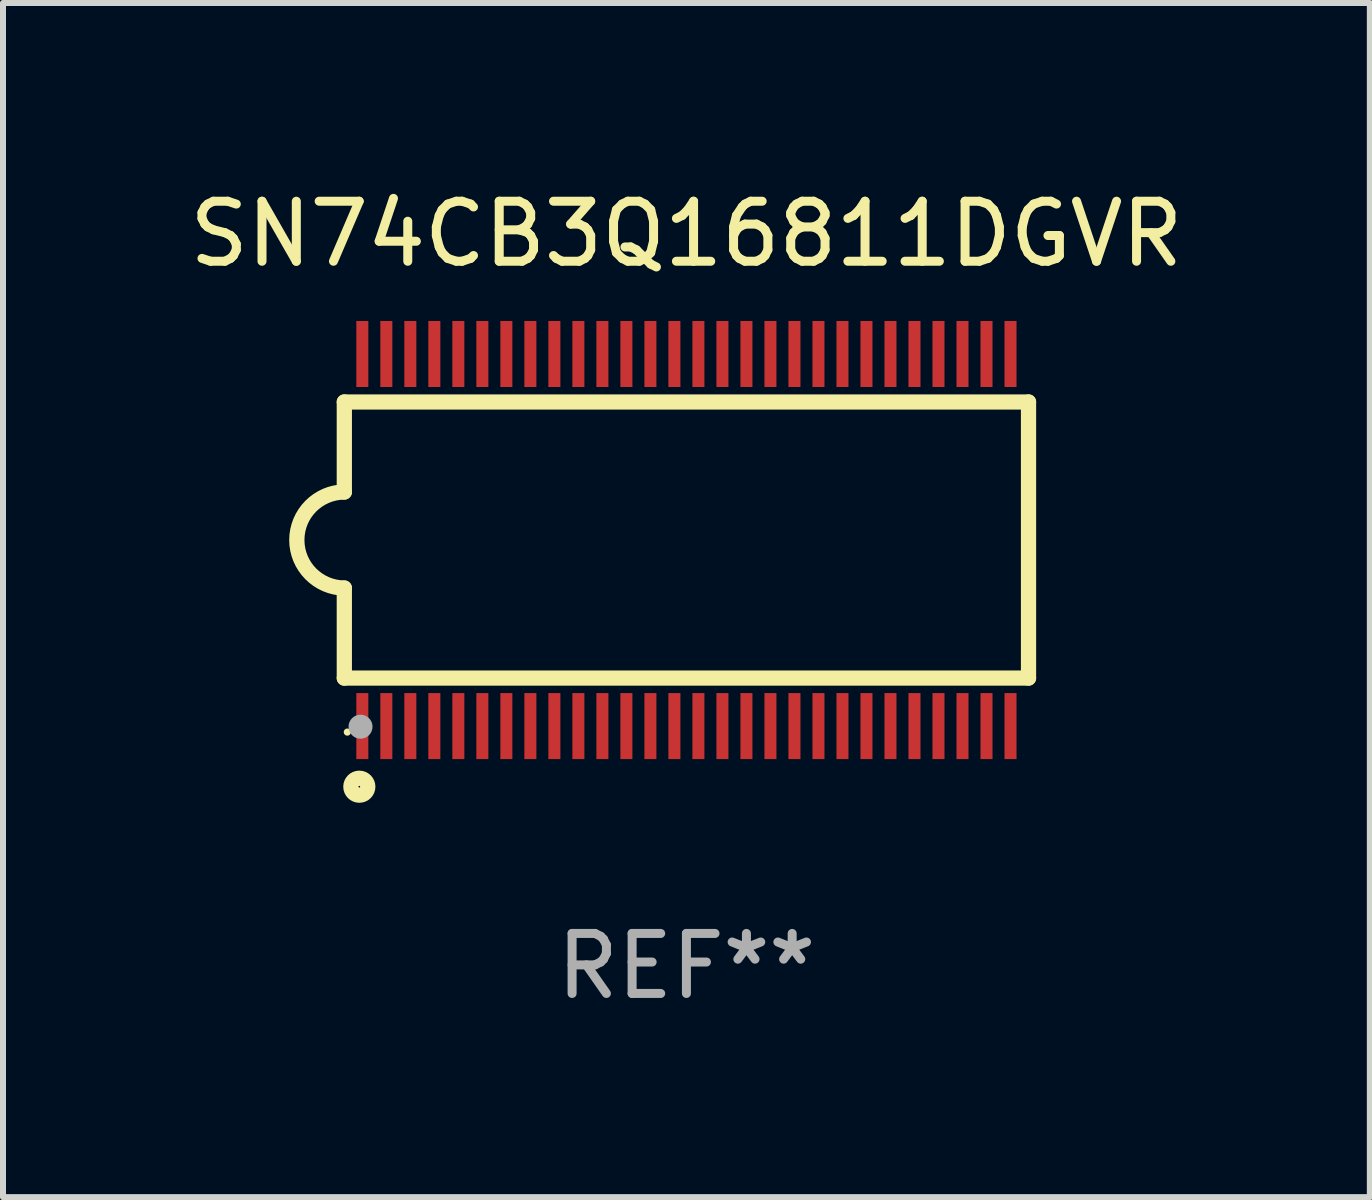
<source format=kicad_pcb>
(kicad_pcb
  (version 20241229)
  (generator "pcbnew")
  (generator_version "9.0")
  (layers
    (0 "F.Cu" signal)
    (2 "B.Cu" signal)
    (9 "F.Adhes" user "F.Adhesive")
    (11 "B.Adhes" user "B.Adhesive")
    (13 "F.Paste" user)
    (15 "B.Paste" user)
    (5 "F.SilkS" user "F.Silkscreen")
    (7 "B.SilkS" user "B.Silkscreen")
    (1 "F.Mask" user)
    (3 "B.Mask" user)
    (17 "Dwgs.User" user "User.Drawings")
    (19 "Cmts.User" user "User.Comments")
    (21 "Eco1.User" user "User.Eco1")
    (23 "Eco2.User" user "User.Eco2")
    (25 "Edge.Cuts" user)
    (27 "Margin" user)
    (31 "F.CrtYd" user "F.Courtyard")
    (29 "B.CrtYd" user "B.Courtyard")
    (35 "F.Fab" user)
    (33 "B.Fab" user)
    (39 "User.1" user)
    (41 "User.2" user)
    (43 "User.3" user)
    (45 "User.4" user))
  (footprint "SN74CB3Q16811DGVR"
    (layer "F.Cu")
    (at 8.387 5.948)
    (property "Reference" "SN74CB3Q16811DGVR" (at 0 -5.1 0) (layer "F.SilkS") (effects (font (size 1 1) (thickness 0.15))))
    (attr through_hole)
    (fp_line (start -5.7 -2.3) (end -5.7 -0.8) (stroke (width 0.254) (type solid)) (layer "F.SilkS"))
    (fp_line (start -5.7 -2.3) (end 5.7 -2.3) (stroke (width 0.254) (type solid)) (layer "F.SilkS"))
    (fp_line (start -5.7 2.3) (end -5.7 0.8) (stroke (width 0.254) (type solid)) (layer "F.SilkS"))
    (fp_line (start -5.7 2.3) (end 5.7 2.3) (stroke (width 0.254) (type solid)) (layer "F.SilkS"))
    (fp_line (start 5.7 -2.3) (end 5.7 2.3) (stroke (width 0.254) (type solid)) (layer "F.SilkS"))
    (fp_arc (start -5.700013 0.800025) (mid -6.500343 -0.000382) (end -5.699962 -0.800737) (stroke (width 0.254001) (type solid)) (layer "F.SilkS"))
    (fp_circle (center -5.65 3.2) (end -5.62 3.2) (stroke (width 0.06) (type solid)) (fill no) (layer "F.SilkS"))
    (fp_circle (center -5.45 4.11) (end -5.309 4.11) (stroke (width 0.254) (type solid)) (fill no) (layer "F.SilkS"))
    (fp_circle (center -5.43 3.11) (end -5.33 3.11) (stroke (width 0.2) (type solid)) (fill no) (layer "F.Fab"))
    (fp_text user "REF**" (at 0 7.1 0) (layer "F.Fab") (effects (font (size 1 1) (thickness 0.15))))
    (pad "1" smd rect (at -5.4 3.1) (size 0.2 1.1) (layers "F.Cu" "F.Mask" "F.Paste"))
    (pad "2" smd rect (at -5 3.1) (size 0.2 1.1) (layers "F.Cu" "F.Mask" "F.Paste"))
    (pad "3" smd rect (at -4.6 3.1) (size 0.2 1.1) (layers "F.Cu" "F.Mask" "F.Paste"))
    (pad "4" smd rect (at -4.2 3.1) (size 0.2 1.1) (layers "F.Cu" "F.Mask" "F.Paste"))
    (pad "5" smd rect (at -3.8 3.1) (size 0.2 1.1) (layers "F.Cu" "F.Mask" "F.Paste"))
    (pad "6" smd rect (at -3.4 3.1) (size 0.2 1.1) (layers "F.Cu" "F.Mask" "F.Paste"))
    (pad "7" smd rect (at -3 3.1) (size 0.2 1.1) (layers "F.Cu" "F.Mask" "F.Paste"))
    (pad "8" smd rect (at -2.6 3.1) (size 0.2 1.1) (layers "F.Cu" "F.Mask" "F.Paste"))
    (pad "9" smd rect (at -2.2 3.1) (size 0.2 1.1) (layers "F.Cu" "F.Mask" "F.Paste"))
    (pad "10" smd rect (at -1.8 3.1) (size 0.2 1.1) (layers "F.Cu" "F.Mask" "F.Paste"))
    (pad "11" smd rect (at -1.4 3.1) (size 0.2 1.1) (layers "F.Cu" "F.Mask" "F.Paste"))
    (pad "12" smd rect (at -1 3.1) (size 0.2 1.1) (layers "F.Cu" "F.Mask" "F.Paste"))
    (pad "13" smd rect (at -0.6 3.1) (size 0.2 1.1) (layers "F.Cu" "F.Mask" "F.Paste"))
    (pad "14" smd rect (at -0.2 3.1) (size 0.2 1.1) (layers "F.Cu" "F.Mask" "F.Paste"))
    (pad "15" smd rect (at 0.2 3.1) (size 0.2 1.1) (layers "F.Cu" "F.Mask" "F.Paste"))
    (pad "16" smd rect (at 0.6 3.1) (size 0.2 1.1) (layers "F.Cu" "F.Mask" "F.Paste"))
    (pad "17" smd rect (at 1 3.1) (size 0.2 1.1) (layers "F.Cu" "F.Mask" "F.Paste"))
    (pad "18" smd rect (at 1.4 3.1) (size 0.2 1.1) (layers "F.Cu" "F.Mask" "F.Paste"))
    (pad "19" smd rect (at 1.8 3.1) (size 0.2 1.1) (layers "F.Cu" "F.Mask" "F.Paste"))
    (pad "20" smd rect (at 2.2 3.1) (size 0.2 1.1) (layers "F.Cu" "F.Mask" "F.Paste"))
    (pad "21" smd rect (at 2.6 3.1) (size 0.2 1.1) (layers "F.Cu" "F.Mask" "F.Paste"))
    (pad "22" smd rect (at 3 3.1) (size 0.2 1.1) (layers "F.Cu" "F.Mask" "F.Paste"))
    (pad "23" smd rect (at 3.4 3.1) (size 0.2 1.1) (layers "F.Cu" "F.Mask" "F.Paste"))
    (pad "24" smd rect (at 3.8 3.1) (size 0.2 1.1) (layers "F.Cu" "F.Mask" "F.Paste"))
    (pad "25" smd rect (at 4.2 3.1) (size 0.2 1.1) (layers "F.Cu" "F.Mask" "F.Paste"))
    (pad "26" smd rect (at 4.6 3.1) (size 0.2 1.1) (layers "F.Cu" "F.Mask" "F.Paste"))
    (pad "27" smd rect (at 5 3.1) (size 0.2 1.1) (layers "F.Cu" "F.Mask" "F.Paste"))
    (pad "28" smd rect (at 5.4 3.1) (size 0.2 1.1) (layers "F.Cu" "F.Mask" "F.Paste"))
    (pad "29" smd rect (at 5.4 -3.1) (size 0.2 1.1) (layers "F.Cu" "F.Mask" "F.Paste"))
    (pad "30" smd rect (at 5 -3.1) (size 0.2 1.1) (layers "F.Cu" "F.Mask" "F.Paste"))
    (pad "31" smd rect (at 4.6 -3.1) (size 0.2 1.1) (layers "F.Cu" "F.Mask" "F.Paste"))
    (pad "32" smd rect (at 4.2 -3.1) (size 0.2 1.1) (layers "F.Cu" "F.Mask" "F.Paste"))
    (pad "33" smd rect (at 3.8 -3.1) (size 0.2 1.1) (layers "F.Cu" "F.Mask" "F.Paste"))
    (pad "34" smd rect (at 3.4 -3.1) (size 0.2 1.1) (layers "F.Cu" "F.Mask" "F.Paste"))
    (pad "35" smd rect (at 3 -3.1) (size 0.2 1.1) (layers "F.Cu" "F.Mask" "F.Paste"))
    (pad "36" smd rect (at 2.6 -3.1) (size 0.2 1.1) (layers "F.Cu" "F.Mask" "F.Paste"))
    (pad "37" smd rect (at 2.2 -3.1) (size 0.2 1.1) (layers "F.Cu" "F.Mask" "F.Paste"))
    (pad "38" smd rect (at 1.8 -3.1) (size 0.2 1.1) (layers "F.Cu" "F.Mask" "F.Paste"))
    (pad "39" smd rect (at 1.4 -3.1) (size 0.2 1.1) (layers "F.Cu" "F.Mask" "F.Paste"))
    (pad "40" smd rect (at 1 -3.1) (size 0.2 1.1) (layers "F.Cu" "F.Mask" "F.Paste"))
    (pad "41" smd rect (at 0.6 -3.1) (size 0.2 1.1) (layers "F.Cu" "F.Mask" "F.Paste"))
    (pad "42" smd rect (at 0.2 -3.1) (size 0.2 1.1) (layers "F.Cu" "F.Mask" "F.Paste"))
    (pad "43" smd rect (at -0.2 -3.1) (size 0.2 1.1) (layers "F.Cu" "F.Mask" "F.Paste"))
    (pad "44" smd rect (at -0.6 -3.1) (size 0.2 1.1) (layers "F.Cu" "F.Mask" "F.Paste"))
    (pad "45" smd rect (at -1 -3.1) (size 0.2 1.1) (layers "F.Cu" "F.Mask" "F.Paste"))
    (pad "46" smd rect (at -1.4 -3.1) (size 0.2 1.1) (layers "F.Cu" "F.Mask" "F.Paste"))
    (pad "47" smd rect (at -1.8 -3.1) (size 0.2 1.1) (layers "F.Cu" "F.Mask" "F.Paste"))
    (pad "48" smd rect (at -2.2 -3.1) (size 0.2 1.1) (layers "F.Cu" "F.Mask" "F.Paste"))
    (pad "49" smd rect (at -2.6 -3.1) (size 0.2 1.1) (layers "F.Cu" "F.Mask" "F.Paste"))
    (pad "50" smd rect (at -3 -3.1) (size 0.2 1.1) (layers "F.Cu" "F.Mask" "F.Paste"))
    (pad "51" smd rect (at -3.4 -3.1) (size 0.2 1.1) (layers "F.Cu" "F.Mask" "F.Paste"))
    (pad "52" smd rect (at -3.8 -3.1) (size 0.2 1.1) (layers "F.Cu" "F.Mask" "F.Paste"))
    (pad "53" smd rect (at -4.2 -3.1) (size 0.2 1.1) (layers "F.Cu" "F.Mask" "F.Paste"))
    (pad "54" smd rect (at -4.6 -3.1) (size 0.2 1.1) (layers "F.Cu" "F.Mask" "F.Paste"))
    (pad "55" smd rect (at -5 -3.1) (size 0.2 1.1) (layers "F.Cu" "F.Mask" "F.Paste"))
    (pad "56" smd rect (at -5.4 -3.1) (size 0.2 1.1) (layers "F.Cu" "F.Mask" "F.Paste")))
  (gr_rect
    (start -3 -3)
    (end 19.774 16.896)
    (stroke (width 0.1) (type default))
    (fill no)
    (layer "Edge.Cuts")))
</source>
